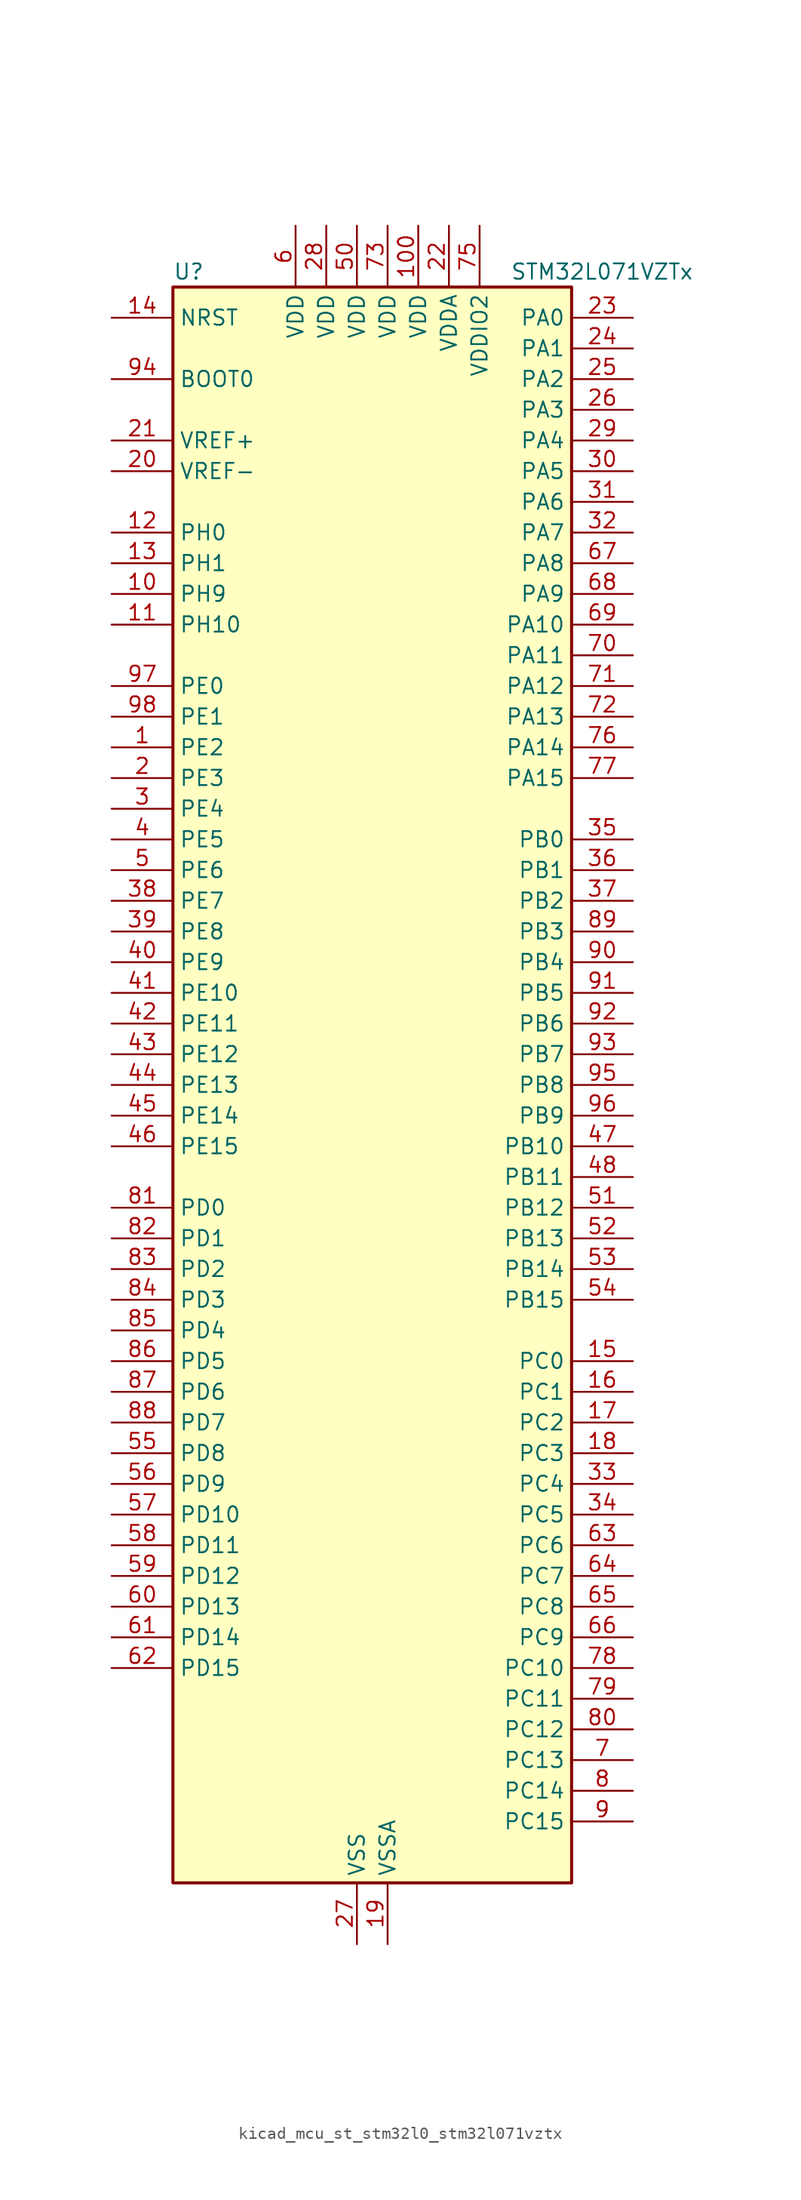
<source format=kicad_sym>
(kicad_symbol_lib
  (version 20220914)
  (generator kicad_symbol_editor)
  (symbol "kicad_mcu_st_stm32l0_stm32l071vztx"
    (property "Reference" "U"
      (at -15.24 67.31 0)
      (effects (font (size 1.27 1.27)) (justify left)))
    (property "Value" "STM32L071VZTx"
      (at 12.7 67.31 0)
      (effects (font (size 1.27 1.27)) (justify left)))
    (property "ki_locked" ""
      (at 0 0 0)
      (effects (font (size 1.27 1.27))))
    (symbol "kicad_mcu_st_stm32l0_stm32l071vztx_0_1"
      (rectangle (start -15.24 -66.04) (end 17.78 66.04) (stroke (width 0.254) (type default)) (fill (type background))))
    (symbol "kicad_mcu_st_stm32l0_stm32l071vztx_1_1"
      (pin bidirectional line (at -20.32 27.94 0) (length 5.08) (name "PE2" (effects (font (size 1.27 1.27)))) (number "1" (effects (font (size 1.27 1.27)))) (alternate "TIM3_ETR" bidirectional line))
      (pin bidirectional line (at -20.32 40.64 0) (length 5.08) (name "PH9" (effects (font (size 1.27 1.27)))) (number "10" (effects (font (size 1.27 1.27)))))
      (pin power_in line (at 5.08 71.12 270) (length 5.08) (name "VDD" (effects (font (size 1.27 1.27)))) (number "100" (effects (font (size 1.27 1.27)))))
      (pin bidirectional line (at -20.32 38.1 0) (length 5.08) (name "PH10" (effects (font (size 1.27 1.27)))) (number "11" (effects (font (size 1.27 1.27)))))
      (pin bidirectional line (at -20.32 45.72 0) (length 5.08) (name "PH0" (effects (font (size 1.27 1.27)))) (number "12" (effects (font (size 1.27 1.27)))) (alternate "RCC_OSC_IN" bidirectional line))
      (pin bidirectional line (at -20.32 43.18 0) (length 5.08) (name "PH1" (effects (font (size 1.27 1.27)))) (number "13" (effects (font (size 1.27 1.27)))) (alternate "RCC_OSC_OUT" bidirectional line))
      (pin input line (at -20.32 63.5 0) (length 5.08) (name "NRST" (effects (font (size 1.27 1.27)))) (number "14" (effects (font (size 1.27 1.27)))))
      (pin bidirectional line (at 22.86 -22.86 180) (length 5.08) (name "PC0" (effects (font (size 1.27 1.27)))) (number "15" (effects (font (size 1.27 1.27)))) (alternate "ADC_IN10" bidirectional line) (alternate "I2C3_SCL" bidirectional line) (alternate "LPTIM1_IN1" bidirectional line) (alternate "LPUART1_RX" bidirectional line))
      (pin bidirectional line (at 22.86 -25.4 180) (length 5.08) (name "PC1" (effects (font (size 1.27 1.27)))) (number "16" (effects (font (size 1.27 1.27)))) (alternate "ADC_IN11" bidirectional line) (alternate "I2C3_SDA" bidirectional line) (alternate "LPTIM1_OUT" bidirectional line) (alternate "LPUART1_TX" bidirectional line))
      (pin bidirectional line (at 22.86 -27.94 180) (length 5.08) (name "PC2" (effects (font (size 1.27 1.27)))) (number "17" (effects (font (size 1.27 1.27)))) (alternate "ADC_IN12" bidirectional line) (alternate "I2S2_MCK" bidirectional line) (alternate "LPTIM1_IN2" bidirectional line) (alternate "SPI2_MISO" bidirectional line))
      (pin bidirectional line (at 22.86 -30.48 180) (length 5.08) (name "PC3" (effects (font (size 1.27 1.27)))) (number "18" (effects (font (size 1.27 1.27)))) (alternate "ADC_IN13" bidirectional line) (alternate "I2S2_SD" bidirectional line) (alternate "LPTIM1_ETR" bidirectional line) (alternate "SPI2_MOSI" bidirectional line))
      (pin power_in line (at 2.54 -71.12 90) (length 5.08) (name "VSSA" (effects (font (size 1.27 1.27)))) (number "19" (effects (font (size 1.27 1.27)))))
      (pin bidirectional line (at -20.32 25.4 0) (length 5.08) (name "PE3" (effects (font (size 1.27 1.27)))) (number "2" (effects (font (size 1.27 1.27)))) (alternate "TIM22_CH1" bidirectional line) (alternate "TIM3_CH1" bidirectional line))
      (pin input line (at -20.32 50.8 0) (length 5.08) (name "VREF-" (effects (font (size 1.27 1.27)))) (number "20" (effects (font (size 1.27 1.27)))))
      (pin input line (at -20.32 53.34 0) (length 5.08) (name "VREF+" (effects (font (size 1.27 1.27)))) (number "21" (effects (font (size 1.27 1.27)))))
      (pin power_in line (at 7.62 71.12 270) (length 5.08) (name "VDDA" (effects (font (size 1.27 1.27)))) (number "22" (effects (font (size 1.27 1.27)))))
      (pin bidirectional line (at 22.86 63.5 180) (length 5.08) (name "PA0" (effects (font (size 1.27 1.27)))) (number "23" (effects (font (size 1.27 1.27)))) (alternate "ADC_IN0" bidirectional line) (alternate "COMP1_INM" bidirectional line) (alternate "COMP1_OUT" bidirectional line) (alternate "RTC_TAMP2" bidirectional line) (alternate "SYS_WKUP1" bidirectional line) (alternate "TIM2_CH1" bidirectional line) (alternate "TIM2_ETR" bidirectional line) (alternate "USART2_CTS" bidirectional line) (alternate "USART4_TX" bidirectional line))
      (pin bidirectional line (at 22.86 60.96 180) (length 5.08) (name "PA1" (effects (font (size 1.27 1.27)))) (number "24" (effects (font (size 1.27 1.27)))) (alternate "ADC_IN1" bidirectional line) (alternate "COMP1_INP" bidirectional line) (alternate "TIM21_ETR" bidirectional line) (alternate "TIM2_CH2" bidirectional line) (alternate "USART2_DE" bidirectional line) (alternate "USART2_RTS" bidirectional line) (alternate "USART4_RX" bidirectional line))
      (pin bidirectional line (at 22.86 58.42 180) (length 5.08) (name "PA2" (effects (font (size 1.27 1.27)))) (number "25" (effects (font (size 1.27 1.27)))) (alternate "ADC_IN2" bidirectional line) (alternate "COMP2_INM" bidirectional line) (alternate "COMP2_OUT" bidirectional line) (alternate "LPUART1_TX" bidirectional line) (alternate "TIM21_CH1" bidirectional line) (alternate "TIM2_CH3" bidirectional line) (alternate "USART2_TX" bidirectional line))
      (pin bidirectional line (at 22.86 55.88 180) (length 5.08) (name "PA3" (effects (font (size 1.27 1.27)))) (number "26" (effects (font (size 1.27 1.27)))) (alternate "ADC_IN3" bidirectional line) (alternate "COMP2_INP" bidirectional line) (alternate "LPUART1_RX" bidirectional line) (alternate "TIM21_CH2" bidirectional line) (alternate "TIM2_CH4" bidirectional line) (alternate "USART2_RX" bidirectional line))
      (pin power_in line (at 0 -71.12 90) (length 5.08) (name "VSS" (effects (font (size 1.27 1.27)))) (number "27" (effects (font (size 1.27 1.27)))))
      (pin power_in line (at -2.54 71.12 270) (length 5.08) (name "VDD" (effects (font (size 1.27 1.27)))) (number "28" (effects (font (size 1.27 1.27)))))
      (pin bidirectional line (at 22.86 53.34 180) (length 5.08) (name "PA4" (effects (font (size 1.27 1.27)))) (number "29" (effects (font (size 1.27 1.27)))) (alternate "ADC_IN4" bidirectional line) (alternate "COMP1_INM" bidirectional line) (alternate "COMP2_INM" bidirectional line) (alternate "SPI1_NSS" bidirectional line) (alternate "TIM22_ETR" bidirectional line) (alternate "USART2_CK" bidirectional line))
      (pin bidirectional line (at -20.32 22.86 0) (length 5.08) (name "PE4" (effects (font (size 1.27 1.27)))) (number "3" (effects (font (size 1.27 1.27)))) (alternate "TIM22_CH2" bidirectional line) (alternate "TIM3_CH2" bidirectional line))
      (pin bidirectional line (at 22.86 50.8 180) (length 5.08) (name "PA5" (effects (font (size 1.27 1.27)))) (number "30" (effects (font (size 1.27 1.27)))) (alternate "ADC_IN5" bidirectional line) (alternate "COMP1_INM" bidirectional line) (alternate "COMP2_INM" bidirectional line) (alternate "SPI1_SCK" bidirectional line) (alternate "TIM2_CH1" bidirectional line) (alternate "TIM2_ETR" bidirectional line))
      (pin bidirectional line (at 22.86 48.26 180) (length 5.08) (name "PA6" (effects (font (size 1.27 1.27)))) (number "31" (effects (font (size 1.27 1.27)))) (alternate "ADC_IN6" bidirectional line) (alternate "COMP1_OUT" bidirectional line) (alternate "LPUART1_CTS" bidirectional line) (alternate "SPI1_MISO" bidirectional line) (alternate "TIM22_CH1" bidirectional line) (alternate "TIM3_CH1" bidirectional line))
      (pin bidirectional line (at 22.86 45.72 180) (length 5.08) (name "PA7" (effects (font (size 1.27 1.27)))) (number "32" (effects (font (size 1.27 1.27)))) (alternate "ADC_IN7" bidirectional line) (alternate "COMP2_OUT" bidirectional line) (alternate "SPI1_MOSI" bidirectional line) (alternate "TIM22_CH2" bidirectional line) (alternate "TIM3_CH2" bidirectional line))
      (pin bidirectional line (at 22.86 -33.02 180) (length 5.08) (name "PC4" (effects (font (size 1.27 1.27)))) (number "33" (effects (font (size 1.27 1.27)))) (alternate "ADC_IN14" bidirectional line) (alternate "LPUART1_TX" bidirectional line))
      (pin bidirectional line (at 22.86 -35.56 180) (length 5.08) (name "PC5" (effects (font (size 1.27 1.27)))) (number "34" (effects (font (size 1.27 1.27)))) (alternate "ADC_IN15" bidirectional line) (alternate "LPUART1_RX" bidirectional line))
      (pin bidirectional line (at 22.86 20.32 180) (length 5.08) (name "PB0" (effects (font (size 1.27 1.27)))) (number "35" (effects (font (size 1.27 1.27)))) (alternate "ADC_IN8" bidirectional line) (alternate "SYS_VREF_OUT_PB0" bidirectional line) (alternate "TIM3_CH3" bidirectional line))
      (pin bidirectional line (at 22.86 17.78 180) (length 5.08) (name "PB1" (effects (font (size 1.27 1.27)))) (number "36" (effects (font (size 1.27 1.27)))) (alternate "ADC_IN9" bidirectional line) (alternate "LPUART1_DE" bidirectional line) (alternate "LPUART1_RTS" bidirectional line) (alternate "SYS_VREF_OUT_PB1" bidirectional line) (alternate "TIM3_CH4" bidirectional line))
      (pin bidirectional line (at 22.86 15.24 180) (length 5.08) (name "PB2" (effects (font (size 1.27 1.27)))) (number "37" (effects (font (size 1.27 1.27)))) (alternate "I2C3_SMBA" bidirectional line) (alternate "LPTIM1_OUT" bidirectional line))
      (pin bidirectional line (at -20.32 15.24 0) (length 5.08) (name "PE7" (effects (font (size 1.27 1.27)))) (number "38" (effects (font (size 1.27 1.27)))) (alternate "USART5_CK" bidirectional line) (alternate "USART5_DE" bidirectional line) (alternate "USART5_RTS" bidirectional line))
      (pin bidirectional line (at -20.32 12.7 0) (length 5.08) (name "PE8" (effects (font (size 1.27 1.27)))) (number "39" (effects (font (size 1.27 1.27)))) (alternate "USART4_TX" bidirectional line))
      (pin bidirectional line (at -20.32 20.32 0) (length 5.08) (name "PE5" (effects (font (size 1.27 1.27)))) (number "4" (effects (font (size 1.27 1.27)))) (alternate "TIM21_CH1" bidirectional line) (alternate "TIM3_CH3" bidirectional line))
      (pin bidirectional line (at -20.32 10.16 0) (length 5.08) (name "PE9" (effects (font (size 1.27 1.27)))) (number "40" (effects (font (size 1.27 1.27)))) (alternate "TIM2_CH1" bidirectional line) (alternate "TIM2_ETR" bidirectional line) (alternate "USART4_RX" bidirectional line))
      (pin bidirectional line (at -20.32 7.62 0) (length 5.08) (name "PE10" (effects (font (size 1.27 1.27)))) (number "41" (effects (font (size 1.27 1.27)))) (alternate "TIM2_CH2" bidirectional line) (alternate "USART5_TX" bidirectional line))
      (pin bidirectional line (at -20.32 5.08 0) (length 5.08) (name "PE11" (effects (font (size 1.27 1.27)))) (number "42" (effects (font (size 1.27 1.27)))) (alternate "ADC_EXTI11" bidirectional line) (alternate "TIM2_CH3" bidirectional line) (alternate "USART5_RX" bidirectional line))
      (pin bidirectional line (at -20.32 2.54 0) (length 5.08) (name "PE12" (effects (font (size 1.27 1.27)))) (number "43" (effects (font (size 1.27 1.27)))) (alternate "SPI1_NSS" bidirectional line) (alternate "TIM2_CH4" bidirectional line))
      (pin bidirectional line (at -20.32 0 0) (length 5.08) (name "PE13" (effects (font (size 1.27 1.27)))) (number "44" (effects (font (size 1.27 1.27)))) (alternate "SPI1_SCK" bidirectional line))
      (pin bidirectional line (at -20.32 -2.54 0) (length 5.08) (name "PE14" (effects (font (size 1.27 1.27)))) (number "45" (effects (font (size 1.27 1.27)))) (alternate "SPI1_MISO" bidirectional line))
      (pin bidirectional line (at -20.32 -5.08 0) (length 5.08) (name "PE15" (effects (font (size 1.27 1.27)))) (number "46" (effects (font (size 1.27 1.27)))) (alternate "SPI1_MOSI" bidirectional line))
      (pin bidirectional line (at 22.86 -5.08 180) (length 5.08) (name "PB10" (effects (font (size 1.27 1.27)))) (number "47" (effects (font (size 1.27 1.27)))) (alternate "I2C2_SCL" bidirectional line) (alternate "LPUART1_RX" bidirectional line) (alternate "LPUART1_TX" bidirectional line) (alternate "SPI2_SCK" bidirectional line) (alternate "TIM2_CH3" bidirectional line))
      (pin bidirectional line (at 22.86 -7.62 180) (length 5.08) (name "PB11" (effects (font (size 1.27 1.27)))) (number "48" (effects (font (size 1.27 1.27)))) (alternate "ADC_EXTI11" bidirectional line) (alternate "I2C2_SDA" bidirectional line) (alternate "LPUART1_RX" bidirectional line) (alternate "LPUART1_TX" bidirectional line) (alternate "TIM2_CH4" bidirectional line))
      (pin passive line (at 0 -71.12 90) (length 5.08) hide (name "VSS" (effects (font (size 1.27 1.27)))) (number "49" (effects (font (size 1.27 1.27)))))
      (pin bidirectional line (at -20.32 17.78 0) (length 5.08) (name "PE6" (effects (font (size 1.27 1.27)))) (number "5" (effects (font (size 1.27 1.27)))) (alternate "RTC_TAMP3" bidirectional line) (alternate "SYS_WKUP3" bidirectional line) (alternate "TIM21_CH2" bidirectional line) (alternate "TIM3_CH4" bidirectional line))
      (pin power_in line (at 0 71.12 270) (length 5.08) (name "VDD" (effects (font (size 1.27 1.27)))) (number "50" (effects (font (size 1.27 1.27)))))
      (pin bidirectional line (at 22.86 -10.16 180) (length 5.08) (name "PB12" (effects (font (size 1.27 1.27)))) (number "51" (effects (font (size 1.27 1.27)))) (alternate "I2S2_WS" bidirectional line) (alternate "LPUART1_DE" bidirectional line) (alternate "LPUART1_RTS" bidirectional line) (alternate "SPI2_NSS" bidirectional line))
      (pin bidirectional line (at 22.86 -12.7 180) (length 5.08) (name "PB13" (effects (font (size 1.27 1.27)))) (number "52" (effects (font (size 1.27 1.27)))) (alternate "I2C2_SCL" bidirectional line) (alternate "I2S2_CK" bidirectional line) (alternate "LPUART1_CTS" bidirectional line) (alternate "RCC_MCO" bidirectional line) (alternate "SPI2_SCK" bidirectional line) (alternate "TIM21_CH1" bidirectional line))
      (pin bidirectional line (at 22.86 -15.24 180) (length 5.08) (name "PB14" (effects (font (size 1.27 1.27)))) (number "53" (effects (font (size 1.27 1.27)))) (alternate "I2C2_SDA" bidirectional line) (alternate "I2S2_MCK" bidirectional line) (alternate "LPUART1_DE" bidirectional line) (alternate "LPUART1_RTS" bidirectional line) (alternate "RTC_OUT_ALARM" bidirectional line) (alternate "RTC_OUT_CALIB" bidirectional line) (alternate "SPI2_MISO" bidirectional line) (alternate "TIM21_CH2" bidirectional line))
      (pin bidirectional line (at 22.86 -17.78 180) (length 5.08) (name "PB15" (effects (font (size 1.27 1.27)))) (number "54" (effects (font (size 1.27 1.27)))) (alternate "I2S2_SD" bidirectional line) (alternate "RTC_REFIN" bidirectional line) (alternate "SPI2_MOSI" bidirectional line))
      (pin bidirectional line (at -20.32 -30.48 0) (length 5.08) (name "PD8" (effects (font (size 1.27 1.27)))) (number "55" (effects (font (size 1.27 1.27)))) (alternate "LPUART1_TX" bidirectional line))
      (pin bidirectional line (at -20.32 -33.02 0) (length 5.08) (name "PD9" (effects (font (size 1.27 1.27)))) (number "56" (effects (font (size 1.27 1.27)))) (alternate "LPUART1_RX" bidirectional line))
      (pin bidirectional line (at -20.32 -35.56 0) (length 5.08) (name "PD10" (effects (font (size 1.27 1.27)))) (number "57" (effects (font (size 1.27 1.27)))))
      (pin bidirectional line (at -20.32 -38.1 0) (length 5.08) (name "PD11" (effects (font (size 1.27 1.27)))) (number "58" (effects (font (size 1.27 1.27)))) (alternate "ADC_EXTI11" bidirectional line) (alternate "LPUART1_CTS" bidirectional line))
      (pin bidirectional line (at -20.32 -40.64 0) (length 5.08) (name "PD12" (effects (font (size 1.27 1.27)))) (number "59" (effects (font (size 1.27 1.27)))) (alternate "LPUART1_DE" bidirectional line) (alternate "LPUART1_RTS" bidirectional line))
      (pin power_in line (at -5.08 71.12 270) (length 5.08) (name "VDD" (effects (font (size 1.27 1.27)))) (number "6" (effects (font (size 1.27 1.27)))))
      (pin bidirectional line (at -20.32 -43.18 0) (length 5.08) (name "PD13" (effects (font (size 1.27 1.27)))) (number "60" (effects (font (size 1.27 1.27)))))
      (pin bidirectional line (at -20.32 -45.72 0) (length 5.08) (name "PD14" (effects (font (size 1.27 1.27)))) (number "61" (effects (font (size 1.27 1.27)))))
      (pin bidirectional line (at -20.32 -48.26 0) (length 5.08) (name "PD15" (effects (font (size 1.27 1.27)))) (number "62" (effects (font (size 1.27 1.27)))))
      (pin bidirectional line (at 22.86 -38.1 180) (length 5.08) (name "PC6" (effects (font (size 1.27 1.27)))) (number "63" (effects (font (size 1.27 1.27)))) (alternate "TIM22_CH1" bidirectional line) (alternate "TIM3_CH1" bidirectional line))
      (pin bidirectional line (at 22.86 -40.64 180) (length 5.08) (name "PC7" (effects (font (size 1.27 1.27)))) (number "64" (effects (font (size 1.27 1.27)))) (alternate "TIM22_CH2" bidirectional line) (alternate "TIM3_CH2" bidirectional line))
      (pin bidirectional line (at 22.86 -43.18 180) (length 5.08) (name "PC8" (effects (font (size 1.27 1.27)))) (number "65" (effects (font (size 1.27 1.27)))) (alternate "TIM22_ETR" bidirectional line) (alternate "TIM3_CH3" bidirectional line))
      (pin bidirectional line (at 22.86 -45.72 180) (length 5.08) (name "PC9" (effects (font (size 1.27 1.27)))) (number "66" (effects (font (size 1.27 1.27)))) (alternate "I2C3_SDA" bidirectional line) (alternate "TIM21_ETR" bidirectional line) (alternate "TIM3_CH4" bidirectional line))
      (pin bidirectional line (at 22.86 43.18 180) (length 5.08) (name "PA8" (effects (font (size 1.27 1.27)))) (number "67" (effects (font (size 1.27 1.27)))) (alternate "I2C3_SCL" bidirectional line) (alternate "RCC_MCO" bidirectional line) (alternate "USART1_CK" bidirectional line))
      (pin bidirectional line (at 22.86 40.64 180) (length 5.08) (name "PA9" (effects (font (size 1.27 1.27)))) (number "68" (effects (font (size 1.27 1.27)))) (alternate "I2C1_SCL" bidirectional line) (alternate "I2C3_SMBA" bidirectional line) (alternate "RCC_MCO" bidirectional line) (alternate "USART1_TX" bidirectional line))
      (pin bidirectional line (at 22.86 38.1 180) (length 5.08) (name "PA10" (effects (font (size 1.27 1.27)))) (number "69" (effects (font (size 1.27 1.27)))) (alternate "I2C1_SDA" bidirectional line) (alternate "USART1_RX" bidirectional line))
      (pin bidirectional line (at 22.86 -55.88 180) (length 5.08) (name "PC13" (effects (font (size 1.27 1.27)))) (number "7" (effects (font (size 1.27 1.27)))) (alternate "RTC_OUT_ALARM" bidirectional line) (alternate "RTC_OUT_CALIB" bidirectional line) (alternate "RTC_TAMP1" bidirectional line) (alternate "RTC_TS" bidirectional line) (alternate "SYS_WKUP2" bidirectional line))
      (pin bidirectional line (at 22.86 35.56 180) (length 5.08) (name "PA11" (effects (font (size 1.27 1.27)))) (number "70" (effects (font (size 1.27 1.27)))) (alternate "ADC_EXTI11" bidirectional line) (alternate "COMP1_OUT" bidirectional line) (alternate "SPI1_MISO" bidirectional line) (alternate "USART1_CTS" bidirectional line))
      (pin bidirectional line (at 22.86 33.02 180) (length 5.08) (name "PA12" (effects (font (size 1.27 1.27)))) (number "71" (effects (font (size 1.27 1.27)))) (alternate "COMP2_OUT" bidirectional line) (alternate "SPI1_MOSI" bidirectional line) (alternate "USART1_DE" bidirectional line) (alternate "USART1_RTS" bidirectional line))
      (pin bidirectional line (at 22.86 30.48 180) (length 5.08) (name "PA13" (effects (font (size 1.27 1.27)))) (number "72" (effects (font (size 1.27 1.27)))) (alternate "LPUART1_RX" bidirectional line) (alternate "SYS_SWDIO" bidirectional line))
      (pin power_in line (at 2.54 71.12 270) (length 5.08) (name "VDD" (effects (font (size 1.27 1.27)))) (number "73" (effects (font (size 1.27 1.27)))))
      (pin passive line (at 0 -71.12 90) (length 5.08) hide (name "VSS" (effects (font (size 1.27 1.27)))) (number "74" (effects (font (size 1.27 1.27)))))
      (pin power_in line (at 10.16 71.12 270) (length 5.08) (name "VDDIO2" (effects (font (size 1.27 1.27)))) (number "75" (effects (font (size 1.27 1.27)))))
      (pin bidirectional line (at 22.86 27.94 180) (length 5.08) (name "PA14" (effects (font (size 1.27 1.27)))) (number "76" (effects (font (size 1.27 1.27)))) (alternate "LPUART1_TX" bidirectional line) (alternate "SYS_SWCLK" bidirectional line) (alternate "USART2_TX" bidirectional line))
      (pin bidirectional line (at 22.86 25.4 180) (length 5.08) (name "PA15" (effects (font (size 1.27 1.27)))) (number "77" (effects (font (size 1.27 1.27)))) (alternate "SPI1_NSS" bidirectional line) (alternate "TIM2_CH1" bidirectional line) (alternate "TIM2_ETR" bidirectional line) (alternate "USART2_RX" bidirectional line) (alternate "USART4_DE" bidirectional line) (alternate "USART4_RTS" bidirectional line))
      (pin bidirectional line (at 22.86 -48.26 180) (length 5.08) (name "PC10" (effects (font (size 1.27 1.27)))) (number "78" (effects (font (size 1.27 1.27)))) (alternate "LPUART1_TX" bidirectional line) (alternate "USART4_TX" bidirectional line))
      (pin bidirectional line (at 22.86 -50.8 180) (length 5.08) (name "PC11" (effects (font (size 1.27 1.27)))) (number "79" (effects (font (size 1.27 1.27)))) (alternate "ADC_EXTI11" bidirectional line) (alternate "LPUART1_RX" bidirectional line) (alternate "USART4_RX" bidirectional line))
      (pin bidirectional line (at 22.86 -58.42 180) (length 5.08) (name "PC14" (effects (font (size 1.27 1.27)))) (number "8" (effects (font (size 1.27 1.27)))) (alternate "RCC_OSC32_IN" bidirectional line))
      (pin bidirectional line (at 22.86 -53.34 180) (length 5.08) (name "PC12" (effects (font (size 1.27 1.27)))) (number "80" (effects (font (size 1.27 1.27)))) (alternate "USART4_CK" bidirectional line) (alternate "USART5_TX" bidirectional line))
      (pin bidirectional line (at -20.32 -10.16 0) (length 5.08) (name "PD0" (effects (font (size 1.27 1.27)))) (number "81" (effects (font (size 1.27 1.27)))) (alternate "I2S2_WS" bidirectional line) (alternate "SPI2_NSS" bidirectional line) (alternate "TIM21_CH1" bidirectional line))
      (pin bidirectional line (at -20.32 -12.7 0) (length 5.08) (name "PD1" (effects (font (size 1.27 1.27)))) (number "82" (effects (font (size 1.27 1.27)))) (alternate "I2S2_CK" bidirectional line) (alternate "SPI2_SCK" bidirectional line))
      (pin bidirectional line (at -20.32 -15.24 0) (length 5.08) (name "PD2" (effects (font (size 1.27 1.27)))) (number "83" (effects (font (size 1.27 1.27)))) (alternate "LPUART1_DE" bidirectional line) (alternate "LPUART1_RTS" bidirectional line) (alternate "TIM3_ETR" bidirectional line) (alternate "USART5_RX" bidirectional line))
      (pin bidirectional line (at -20.32 -17.78 0) (length 5.08) (name "PD3" (effects (font (size 1.27 1.27)))) (number "84" (effects (font (size 1.27 1.27)))) (alternate "I2S2_MCK" bidirectional line) (alternate "SPI2_MISO" bidirectional line) (alternate "USART2_CTS" bidirectional line))
      (pin bidirectional line (at -20.32 -20.32 0) (length 5.08) (name "PD4" (effects (font (size 1.27 1.27)))) (number "85" (effects (font (size 1.27 1.27)))) (alternate "I2S2_SD" bidirectional line) (alternate "SPI2_MOSI" bidirectional line) (alternate "USART2_DE" bidirectional line) (alternate "USART2_RTS" bidirectional line))
      (pin bidirectional line (at -20.32 -22.86 0) (length 5.08) (name "PD5" (effects (font (size 1.27 1.27)))) (number "86" (effects (font (size 1.27 1.27)))) (alternate "USART2_TX" bidirectional line))
      (pin bidirectional line (at -20.32 -25.4 0) (length 5.08) (name "PD6" (effects (font (size 1.27 1.27)))) (number "87" (effects (font (size 1.27 1.27)))) (alternate "USART2_RX" bidirectional line))
      (pin bidirectional line (at -20.32 -27.94 0) (length 5.08) (name "PD7" (effects (font (size 1.27 1.27)))) (number "88" (effects (font (size 1.27 1.27)))) (alternate "TIM21_CH2" bidirectional line) (alternate "USART2_CK" bidirectional line))
      (pin bidirectional line (at 22.86 12.7 180) (length 5.08) (name "PB3" (effects (font (size 1.27 1.27)))) (number "89" (effects (font (size 1.27 1.27)))) (alternate "COMP2_INM" bidirectional line) (alternate "SPI1_SCK" bidirectional line) (alternate "TIM2_CH2" bidirectional line) (alternate "USART1_DE" bidirectional line) (alternate "USART1_RTS" bidirectional line) (alternate "USART5_TX" bidirectional line))
      (pin bidirectional line (at 22.86 -60.96 180) (length 5.08) (name "PC15" (effects (font (size 1.27 1.27)))) (number "9" (effects (font (size 1.27 1.27)))) (alternate "RCC_OSC32_OUT" bidirectional line))
      (pin bidirectional line (at 22.86 10.16 180) (length 5.08) (name "PB4" (effects (font (size 1.27 1.27)))) (number "90" (effects (font (size 1.27 1.27)))) (alternate "COMP2_INP" bidirectional line) (alternate "I2C3_SDA" bidirectional line) (alternate "SPI1_MISO" bidirectional line) (alternate "TIM22_CH1" bidirectional line) (alternate "TIM3_CH1" bidirectional line) (alternate "USART1_CTS" bidirectional line) (alternate "USART5_RX" bidirectional line))
      (pin bidirectional line (at 22.86 7.62 180) (length 5.08) (name "PB5" (effects (font (size 1.27 1.27)))) (number "91" (effects (font (size 1.27 1.27)))) (alternate "COMP2_INP" bidirectional line) (alternate "I2C1_SMBA" bidirectional line) (alternate "LPTIM1_IN1" bidirectional line) (alternate "SPI1_MOSI" bidirectional line) (alternate "TIM22_CH2" bidirectional line) (alternate "TIM3_CH2" bidirectional line) (alternate "USART1_CK" bidirectional line) (alternate "USART5_CK" bidirectional line) (alternate "USART5_DE" bidirectional line) (alternate "USART5_RTS" bidirectional line))
      (pin bidirectional line (at 22.86 5.08 180) (length 5.08) (name "PB6" (effects (font (size 1.27 1.27)))) (number "92" (effects (font (size 1.27 1.27)))) (alternate "COMP2_INP" bidirectional line) (alternate "I2C1_SCL" bidirectional line) (alternate "LPTIM1_ETR" bidirectional line) (alternate "USART1_TX" bidirectional line))
      (pin bidirectional line (at 22.86 2.54 180) (length 5.08) (name "PB7" (effects (font (size 1.27 1.27)))) (number "93" (effects (font (size 1.27 1.27)))) (alternate "COMP2_INP" bidirectional line) (alternate "I2C1_SDA" bidirectional line) (alternate "LPTIM1_IN2" bidirectional line) (alternate "SYS_PVD_IN" bidirectional line) (alternate "USART1_RX" bidirectional line) (alternate "USART4_CTS" bidirectional line))
      (pin input line (at -20.32 58.42 0) (length 5.08) (name "BOOT0" (effects (font (size 1.27 1.27)))) (number "94" (effects (font (size 1.27 1.27)))))
      (pin bidirectional line (at 22.86 0 180) (length 5.08) (name "PB8" (effects (font (size 1.27 1.27)))) (number "95" (effects (font (size 1.27 1.27)))) (alternate "I2C1_SCL" bidirectional line))
      (pin bidirectional line (at 22.86 -2.54 180) (length 5.08) (name "PB9" (effects (font (size 1.27 1.27)))) (number "96" (effects (font (size 1.27 1.27)))) (alternate "I2C1_SDA" bidirectional line) (alternate "I2S2_WS" bidirectional line) (alternate "SPI2_NSS" bidirectional line))
      (pin bidirectional line (at -20.32 33.02 0) (length 5.08) (name "PE0" (effects (font (size 1.27 1.27)))) (number "97" (effects (font (size 1.27 1.27)))))
      (pin bidirectional line (at -20.32 30.48 0) (length 5.08) (name "PE1" (effects (font (size 1.27 1.27)))) (number "98" (effects (font (size 1.27 1.27)))))
      (pin passive line (at 0 -71.12 90) (length 5.08) hide (name "VSS" (effects (font (size 1.27 1.27)))) (number "99" (effects (font (size 1.27 1.27))))))))
</source>
